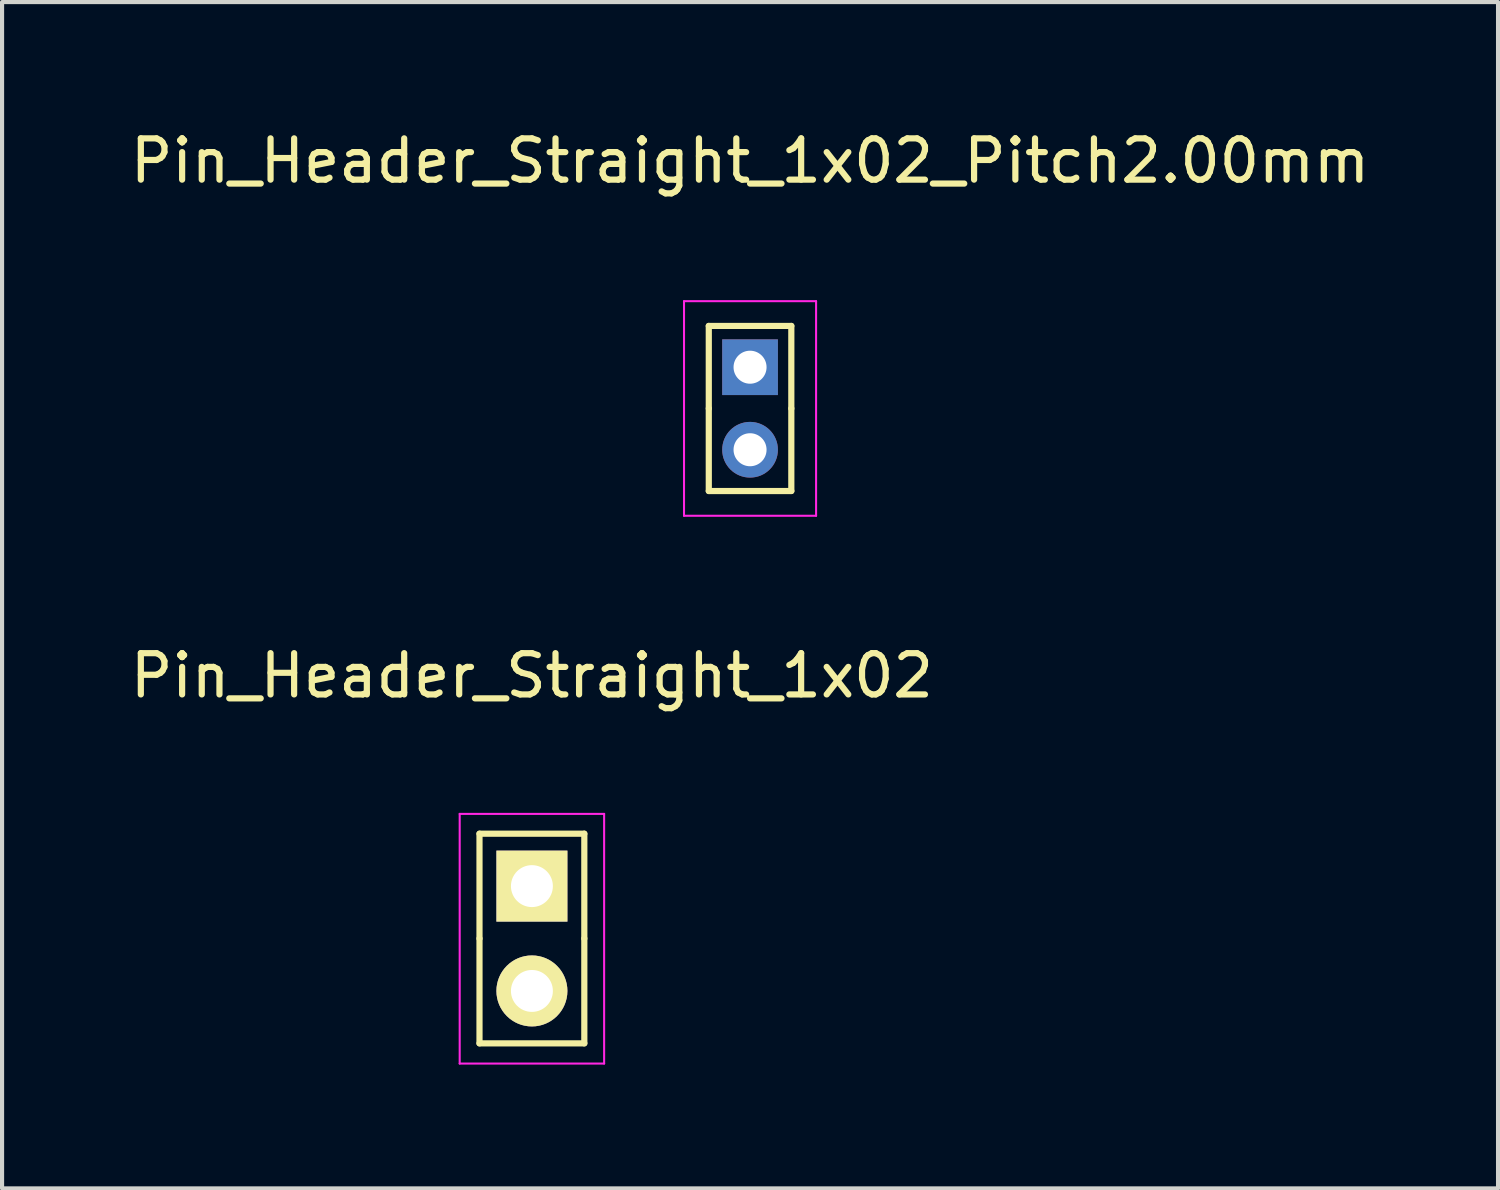
<source format=kicad_pcb>
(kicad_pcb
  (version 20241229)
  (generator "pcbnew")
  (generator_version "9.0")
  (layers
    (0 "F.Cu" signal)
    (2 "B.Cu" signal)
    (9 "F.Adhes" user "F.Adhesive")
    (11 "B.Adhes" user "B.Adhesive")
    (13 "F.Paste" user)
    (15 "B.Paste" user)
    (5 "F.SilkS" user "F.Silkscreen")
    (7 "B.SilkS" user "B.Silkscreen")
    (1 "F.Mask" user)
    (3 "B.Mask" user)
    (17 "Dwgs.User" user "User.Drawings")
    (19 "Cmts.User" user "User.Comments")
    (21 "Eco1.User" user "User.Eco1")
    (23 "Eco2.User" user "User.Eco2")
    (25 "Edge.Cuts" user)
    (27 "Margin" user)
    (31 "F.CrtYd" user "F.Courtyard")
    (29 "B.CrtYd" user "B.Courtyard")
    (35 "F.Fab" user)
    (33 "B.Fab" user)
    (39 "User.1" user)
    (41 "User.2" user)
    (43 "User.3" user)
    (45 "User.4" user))
  (footprint "Pin_Header_Straight_1x02_Pitch2.00mm"
    (layer "F.Cu")
    (at 15.125 5.848)
    (property "Reference" "Pin_Header_Straight_1x02_Pitch2.00mm" (at 0 -5 0) (layer "F.SilkS") (effects (font (size 1 1) (thickness 0.15))))
    (attr through_hole)
    (fp_line (start -1 -1) (end 1 -1) (stroke (width 0.15) (type solid)) (layer "F.SilkS"))
    (fp_line (start -1 1) (end -1 -1) (stroke (width 0.15) (type solid)) (layer "F.SilkS"))
    (fp_line (start -1 3) (end -1 1) (stroke (width 0.15) (type solid)) (layer "F.SilkS"))
    (fp_line (start 1 -1) (end 1 1) (stroke (width 0.15) (type solid)) (layer "F.SilkS"))
    (fp_line (start 1 1) (end 1 3) (stroke (width 0.15) (type solid)) (layer "F.SilkS"))
    (fp_line (start 1 3) (end -1 3) (stroke (width 0.15) (type solid)) (layer "F.SilkS"))
    (fp_line (start -1.6 -1.6) (end 1.6 -1.6) (stroke (width 0.05) (type solid)) (layer "F.CrtYd"))
    (fp_line (start -1.6 3.6) (end -1.6 -1.6) (stroke (width 0.05) (type solid)) (layer "F.CrtYd"))
    (fp_line (start 1.6 -1.6) (end 1.6 3.6) (stroke (width 0.05) (type solid)) (layer "F.CrtYd"))
    (fp_line (start 1.6 3.6) (end -1.6 3.6) (stroke (width 0.05) (type solid)) (layer "F.CrtYd"))
    (pad "1" thru_hole rect (at 0 0) (size 1.35 1.35) (drill 0.8) (layers "*.Cu" "*.Mask"))
    (pad "2" thru_hole circle (at 0 2) (size 1.35 1.35) (drill 0.8) (layers "*.Cu" "*.Mask")))
  (footprint "Pin_Header_Straight_1x02"
    (layer "F.Cu")
    (at 9.839 18.422)
    (property "Reference" "Pin_Header_Straight_1x02" (at 0 -5.1 0) (layer "F.SilkS") (effects (font (size 1 1) (thickness 0.15))))
    (attr through_hole)
    (fp_line (start -1.27 -1.27) (end -1.27 1.27) (stroke (width 0.15) (type solid)) (layer "F.SilkS"))
    (fp_line (start -1.27 1.27) (end -1.27 3.81) (stroke (width 0.15) (type solid)) (layer "F.SilkS"))
    (fp_line (start -1.27 3.81) (end 1.27 3.81) (stroke (width 0.15) (type solid)) (layer "F.SilkS"))
    (fp_line (start 1.27 -1.27) (end -1.27 -1.27) (stroke (width 0.15) (type solid)) (layer "F.SilkS"))
    (fp_line (start 1.27 1.27) (end 1.27 -1.27) (stroke (width 0.15) (type solid)) (layer "F.SilkS"))
    (fp_line (start 1.27 1.27) (end 1.27 3.81) (stroke (width 0.15) (type solid)) (layer "F.SilkS"))
    (fp_line (start -1.75 -1.75) (end -1.75 4.3) (stroke (width 0.05) (type solid)) (layer "F.CrtYd"))
    (fp_line (start -1.75 -1.75) (end 1.75 -1.75) (stroke (width 0.05) (type solid)) (layer "F.CrtYd"))
    (fp_line (start -1.75 4.3) (end 1.75 4.3) (stroke (width 0.05) (type solid)) (layer "F.CrtYd"))
    (fp_line (start 1.75 -1.75) (end 1.75 4.3) (stroke (width 0.05) (type solid)) (layer "F.CrtYd"))
    (pad "1" thru_hole rect (at 0 0) (size 1.72 1.72) (drill 1.016) (layers "*.Cu" "*.Mask" "F.SilkS"))
    (pad "2" thru_hole circle (at 0 2.54) (size 1.72 1.72) (drill 1.016) (layers "*.Cu" "*.Mask" "F.SilkS")))
  (gr_rect
    (start -3 -3)
    (end 33.25 25.747)
    (stroke (width 0.1) (type default))
    (fill no)
    (layer "Edge.Cuts")))
</source>
